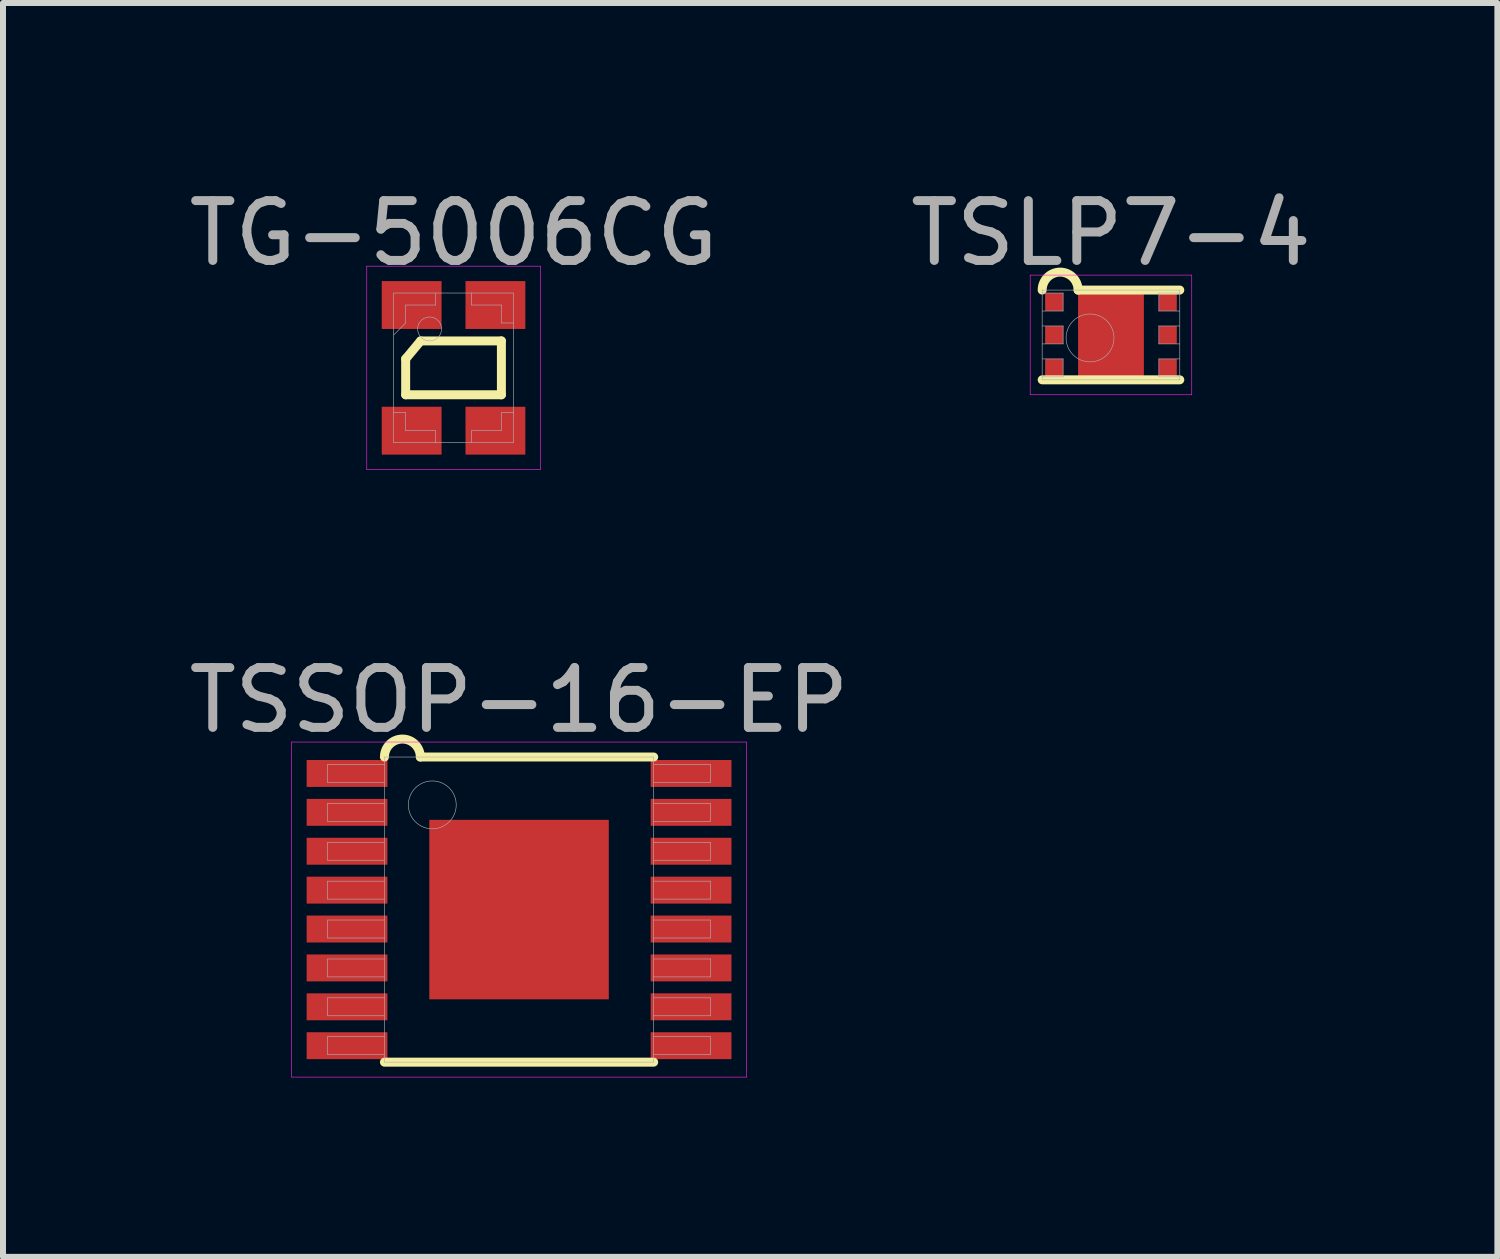
<source format=kicad_pcb>
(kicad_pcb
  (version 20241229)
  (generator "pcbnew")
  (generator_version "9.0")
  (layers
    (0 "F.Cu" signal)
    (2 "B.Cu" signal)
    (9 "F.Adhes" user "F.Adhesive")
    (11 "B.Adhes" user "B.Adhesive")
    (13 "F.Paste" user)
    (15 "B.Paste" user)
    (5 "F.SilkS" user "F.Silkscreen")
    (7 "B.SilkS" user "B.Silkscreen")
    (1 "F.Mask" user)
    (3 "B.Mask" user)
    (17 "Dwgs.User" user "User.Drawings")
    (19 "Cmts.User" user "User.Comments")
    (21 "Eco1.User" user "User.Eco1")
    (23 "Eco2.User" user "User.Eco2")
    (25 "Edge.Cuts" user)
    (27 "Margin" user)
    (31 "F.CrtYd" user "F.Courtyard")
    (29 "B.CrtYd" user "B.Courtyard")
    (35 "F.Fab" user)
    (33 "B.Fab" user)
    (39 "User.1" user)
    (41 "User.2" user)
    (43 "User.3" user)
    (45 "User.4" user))
  (footprint "TSSOP-16-EP"
    (layer "F.Cu")
    (at 5.625 12.152)
    (property "Reference" "TSSOP-16-EP" (at 0 -3.5 0) (layer "F.Fab") (effects (font (size 1 1) (thickness 0.15))))
    (attr smd)
    (fp_line (start -2.25 2.55) (end 2.25 2.55) (stroke (width 0.15) (type solid)) (layer "F.SilkS"))
    (fp_line (start -1.65 -2.55) (end 2.25 -2.55) (stroke (width 0.15) (type solid)) (layer "F.SilkS"))
    (fp_arc (start -2.25 -2.55) (mid -1.95 -2.85) (end -1.65 -2.55) (stroke (width 0.15) (type solid)) (layer "F.SilkS"))
    (fp_line (start -3.8 -2.8) (end 3.8 -2.8) (stroke (width 0.01) (type solid)) (layer "F.CrtYd"))
    (fp_line (start -3.8 2.8) (end -3.8 -2.8) (stroke (width 0.01) (type solid)) (layer "F.CrtYd"))
    (fp_line (start 3.8 -2.8) (end 3.8 2.8) (stroke (width 0.01) (type solid)) (layer "F.CrtYd"))
    (fp_line (start 3.8 2.8) (end -3.8 2.8) (stroke (width 0.01) (type solid)) (layer "F.CrtYd"))
    (fp_line (start -3.2 -2.425) (end -2.25 -2.425) (stroke (width 0.01) (type solid)) (layer "F.Fab"))
    (fp_line (start -3.2 -2.125) (end -3.2 -2.425) (stroke (width 0.01) (type solid)) (layer "F.Fab"))
    (fp_line (start -3.2 -1.775) (end -2.25 -1.775) (stroke (width 0.01) (type solid)) (layer "F.Fab"))
    (fp_line (start -3.2 -1.475) (end -3.2 -1.775) (stroke (width 0.01) (type solid)) (layer "F.Fab"))
    (fp_line (start -3.2 -1.125) (end -2.25 -1.125) (stroke (width 0.01) (type solid)) (layer "F.Fab"))
    (fp_line (start -3.2 -0.825) (end -3.2 -1.125) (stroke (width 0.01) (type solid)) (layer "F.Fab"))
    (fp_line (start -3.2 -0.475) (end -2.25 -0.475) (stroke (width 0.01) (type solid)) (layer "F.Fab"))
    (fp_line (start -3.2 -0.175) (end -3.2 -0.475) (stroke (width 0.01) (type solid)) (layer "F.Fab"))
    (fp_line (start -3.2 0.175) (end -2.25 0.175) (stroke (width 0.01) (type solid)) (layer "F.Fab"))
    (fp_line (start -3.2 0.475) (end -3.2 0.175) (stroke (width 0.01) (type solid)) (layer "F.Fab"))
    (fp_line (start -3.2 0.825) (end -2.25 0.825) (stroke (width 0.01) (type solid)) (layer "F.Fab"))
    (fp_line (start -3.2 1.125) (end -3.2 0.825) (stroke (width 0.01) (type solid)) (layer "F.Fab"))
    (fp_line (start -3.2 1.475) (end -2.25 1.475) (stroke (width 0.01) (type solid)) (layer "F.Fab"))
    (fp_line (start -3.2 1.775) (end -3.2 1.475) (stroke (width 0.01) (type solid)) (layer "F.Fab"))
    (fp_line (start -3.2 2.125) (end -2.25 2.125) (stroke (width 0.01) (type solid)) (layer "F.Fab"))
    (fp_line (start -3.2 2.425) (end -3.2 2.125) (stroke (width 0.01) (type solid)) (layer "F.Fab"))
    (fp_line (start -2.25 -2.55) (end 2.25 -2.55) (stroke (width 0.01) (type solid)) (layer "F.Fab"))
    (fp_line (start -2.25 -2.125) (end -3.2 -2.125) (stroke (width 0.01) (type solid)) (layer "F.Fab"))
    (fp_line (start -2.25 -1.475) (end -3.2 -1.475) (stroke (width 0.01) (type solid)) (layer "F.Fab"))
    (fp_line (start -2.25 -0.825) (end -3.2 -0.825) (stroke (width 0.01) (type solid)) (layer "F.Fab"))
    (fp_line (start -2.25 -0.175) (end -3.2 -0.175) (stroke (width 0.01) (type solid)) (layer "F.Fab"))
    (fp_line (start -2.25 0.475) (end -3.2 0.475) (stroke (width 0.01) (type solid)) (layer "F.Fab"))
    (fp_line (start -2.25 1.125) (end -3.2 1.125) (stroke (width 0.01) (type solid)) (layer "F.Fab"))
    (fp_line (start -2.25 1.775) (end -3.2 1.775) (stroke (width 0.01) (type solid)) (layer "F.Fab"))
    (fp_line (start -2.25 2.425) (end -3.2 2.425) (stroke (width 0.01) (type solid)) (layer "F.Fab"))
    (fp_line (start -2.25 2.55) (end -2.25 -2.55) (stroke (width 0.01) (type solid)) (layer "F.Fab"))
    (fp_line (start 2.25 -2.55) (end 2.25 2.55) (stroke (width 0.01) (type solid)) (layer "F.Fab"))
    (fp_line (start 2.25 -2.425) (end 3.2 -2.425) (stroke (width 0.01) (type solid)) (layer "F.Fab"))
    (fp_line (start 2.25 -1.775) (end 3.2 -1.775) (stroke (width 0.01) (type solid)) (layer "F.Fab"))
    (fp_line (start 2.25 -1.125) (end 3.2 -1.125) (stroke (width 0.01) (type solid)) (layer "F.Fab"))
    (fp_line (start 2.25 -0.475) (end 3.2 -0.475) (stroke (width 0.01) (type solid)) (layer "F.Fab"))
    (fp_line (start 2.25 0.175) (end 3.2 0.175) (stroke (width 0.01) (type solid)) (layer "F.Fab"))
    (fp_line (start 2.25 0.825) (end 3.2 0.825) (stroke (width 0.01) (type solid)) (layer "F.Fab"))
    (fp_line (start 2.25 1.475) (end 3.2 1.475) (stroke (width 0.01) (type solid)) (layer "F.Fab"))
    (fp_line (start 2.25 2.125) (end 3.2 2.125) (stroke (width 0.01) (type solid)) (layer "F.Fab"))
    (fp_line (start 2.25 2.55) (end -2.25 2.55) (stroke (width 0.01) (type solid)) (layer "F.Fab"))
    (fp_line (start 3.2 -2.425) (end 3.2 -2.125) (stroke (width 0.01) (type solid)) (layer "F.Fab"))
    (fp_line (start 3.2 -2.125) (end 2.25 -2.125) (stroke (width 0.01) (type solid)) (layer "F.Fab"))
    (fp_line (start 3.2 -1.775) (end 3.2 -1.475) (stroke (width 0.01) (type solid)) (layer "F.Fab"))
    (fp_line (start 3.2 -1.475) (end 2.25 -1.475) (stroke (width 0.01) (type solid)) (layer "F.Fab"))
    (fp_line (start 3.2 -1.125) (end 3.2 -0.825) (stroke (width 0.01) (type solid)) (layer "F.Fab"))
    (fp_line (start 3.2 -0.825) (end 2.25 -0.825) (stroke (width 0.01) (type solid)) (layer "F.Fab"))
    (fp_line (start 3.2 -0.475) (end 3.2 -0.175) (stroke (width 0.01) (type solid)) (layer "F.Fab"))
    (fp_line (start 3.2 -0.175) (end 2.25 -0.175) (stroke (width 0.01) (type solid)) (layer "F.Fab"))
    (fp_line (start 3.2 0.175) (end 3.2 0.475) (stroke (width 0.01) (type solid)) (layer "F.Fab"))
    (fp_line (start 3.2 0.475) (end 2.25 0.475) (stroke (width 0.01) (type solid)) (layer "F.Fab"))
    (fp_line (start 3.2 0.825) (end 3.2 1.125) (stroke (width 0.01) (type solid)) (layer "F.Fab"))
    (fp_line (start 3.2 1.125) (end 2.25 1.125) (stroke (width 0.01) (type solid)) (layer "F.Fab"))
    (fp_line (start 3.2 1.475) (end 3.2 1.775) (stroke (width 0.01) (type solid)) (layer "F.Fab"))
    (fp_line (start 3.2 1.775) (end 2.25 1.775) (stroke (width 0.01) (type solid)) (layer "F.Fab"))
    (fp_line (start 3.2 2.125) (end 3.2 2.425) (stroke (width 0.01) (type solid)) (layer "F.Fab"))
    (fp_line (start 3.2 2.425) (end 2.25 2.425) (stroke (width 0.01) (type solid)) (layer "F.Fab"))
    (fp_circle (center -1.45 -1.75) (end -1.45 -1.35) (stroke (width 0.01) (type solid)) (fill no) (layer "F.Fab"))
    (pad "1" smd rect (at -2.875 -2.275) (size 1.35 0.45) (layers "F.Cu" "F.Mask" "F.Paste"))
    (pad "2" smd rect (at -2.875 -1.625) (size 1.35 0.45) (layers "F.Cu" "F.Mask" "F.Paste"))
    (pad "3" smd rect (at -2.875 -0.975) (size 1.35 0.45) (layers "F.Cu" "F.Mask" "F.Paste"))
    (pad "4" smd rect (at -2.875 -0.325) (size 1.35 0.45) (layers "F.Cu" "F.Mask" "F.Paste"))
    (pad "5" smd rect (at -2.875 0.325) (size 1.35 0.45) (layers "F.Cu" "F.Mask" "F.Paste"))
    (pad "6" smd rect (at -2.875 0.975) (size 1.35 0.45) (layers "F.Cu" "F.Mask" "F.Paste"))
    (pad "7" smd rect (at -2.875 1.625) (size 1.35 0.45) (layers "F.Cu" "F.Mask" "F.Paste"))
    (pad "8" smd rect (at -2.875 2.275) (size 1.35 0.45) (layers "F.Cu" "F.Mask" "F.Paste"))
    (pad "9" smd rect (at 2.875 2.275) (size 1.35 0.45) (layers "F.Cu" "F.Mask" "F.Paste"))
    (pad "10" smd rect (at 2.875 1.625) (size 1.35 0.45) (layers "F.Cu" "F.Mask" "F.Paste"))
    (pad "11" smd rect (at 2.875 0.975) (size 1.35 0.45) (layers "F.Cu" "F.Mask" "F.Paste"))
    (pad "12" smd rect (at 2.875 0.325) (size 1.35 0.45) (layers "F.Cu" "F.Mask" "F.Paste"))
    (pad "13" smd rect (at 2.875 -0.325) (size 1.35 0.45) (layers "F.Cu" "F.Mask" "F.Paste"))
    (pad "14" smd rect (at 2.875 -0.975) (size 1.35 0.45) (layers "F.Cu" "F.Mask" "F.Paste"))
    (pad "15" smd rect (at 2.875 -1.625) (size 1.35 0.45) (layers "F.Cu" "F.Mask" "F.Paste"))
    (pad "16" smd rect (at 2.875 -2.275) (size 1.35 0.45) (layers "F.Cu" "F.Mask" "F.Paste"))
    (pad "EP" smd rect (at 0 0) (size 3 3) (layers "F.Cu" "F.Mask" "F.Paste")))
  (footprint "TG-5006CG"
    (layer "F.Cu")
    (at 4.53 3.098)
    (property "Reference" "TG-5006CG" (at 0 -2.25 0) (layer "F.Fab") (effects (font (size 1 1) (thickness 0.15))))
    (attr through_hole)
    (fp_line (start -0.8 -0.15) (end -0.8 0.45) (stroke (width 0.15) (type solid)) (layer "F.SilkS"))
    (fp_line (start -0.8 -0.15) (end -0.55 -0.45) (stroke (width 0.15) (type solid)) (layer "F.SilkS"))
    (fp_line (start -0.8 0.45) (end 0.8 0.45) (stroke (width 0.15) (type solid)) (layer "F.SilkS"))
    (fp_line (start 0.8 -0.45) (end -0.55 -0.45) (stroke (width 0.15) (type solid)) (layer "F.SilkS"))
    (fp_line (start 0.8 0.45) (end 0.8 -0.45) (stroke (width 0.15) (type solid)) (layer "F.SilkS"))
    (fp_line (start -1.45 -1.7) (end 1.45 -1.7) (stroke (width 0.01) (type solid)) (layer "F.CrtYd"))
    (fp_line (start -1.45 1.7) (end -1.45 -1.7) (stroke (width 0.01) (type solid)) (layer "F.CrtYd"))
    (fp_line (start 1.45 -1.7) (end 1.45 1.7) (stroke (width 0.01) (type solid)) (layer "F.CrtYd"))
    (fp_line (start 1.45 1.7) (end -1.45 1.7) (stroke (width 0.01) (type solid)) (layer "F.CrtYd"))
    (fp_line (start -1 -1.25) (end 1 -1.25) (stroke (width 0.01) (type solid)) (layer "F.Fab"))
    (fp_line (start -1 1.25) (end -1 -1.25) (stroke (width 0.01) (type solid)) (layer "F.Fab"))
    (fp_line (start -0.8 -1.05) (end -0.8 -0.75) (stroke (width 0.01) (type solid)) (layer "F.Fab"))
    (fp_line (start -0.8 -0.75) (end -1 -0.55) (stroke (width 0.01) (type solid)) (layer "F.Fab"))
    (fp_line (start -0.8 0.75) (end -1 0.75) (stroke (width 0.01) (type solid)) (layer "F.Fab"))
    (fp_line (start -0.8 0.75) (end -0.8 1.05) (stroke (width 0.01) (type solid)) (layer "F.Fab"))
    (fp_line (start -0.8 1.05) (end -0.3 1.05) (stroke (width 0.01) (type solid)) (layer "F.Fab"))
    (fp_line (start -0.3 -1.25) (end -0.3 -1.05) (stroke (width 0.01) (type solid)) (layer "F.Fab"))
    (fp_line (start -0.3 -1.05) (end -0.8 -1.05) (stroke (width 0.01) (type solid)) (layer "F.Fab"))
    (fp_line (start -0.3 1.25) (end -0.3 1.05) (stroke (width 0.01) (type solid)) (layer "F.Fab"))
    (fp_line (start 0.3 -1.25) (end 0.3 -1.05) (stroke (width 0.01) (type solid)) (layer "F.Fab"))
    (fp_line (start 0.3 -1.05) (end 0.8 -1.05) (stroke (width 0.01) (type solid)) (layer "F.Fab"))
    (fp_line (start 0.3 1.05) (end 0.8 1.05) (stroke (width 0.01) (type solid)) (layer "F.Fab"))
    (fp_line (start 0.3 1.25) (end 0.3 1.05) (stroke (width 0.01) (type solid)) (layer "F.Fab"))
    (fp_line (start 0.8 -1.05) (end 0.8 -0.75) (stroke (width 0.01) (type solid)) (layer "F.Fab"))
    (fp_line (start 0.8 -0.75) (end 1 -0.75) (stroke (width 0.01) (type solid)) (layer "F.Fab"))
    (fp_line (start 0.8 0.75) (end 1 0.75) (stroke (width 0.01) (type solid)) (layer "F.Fab"))
    (fp_line (start 0.8 1.05) (end 0.8 0.75) (stroke (width 0.01) (type solid)) (layer "F.Fab"))
    (fp_line (start 1 -1.25) (end 1 1.25) (stroke (width 0.01) (type solid)) (layer "F.Fab"))
    (fp_line (start 1 1.25) (end -1 1.25) (stroke (width 0.01) (type solid)) (layer "F.Fab"))
    (fp_circle (center -0.4 -0.65) (end -0.6 -0.65) (stroke (width 0.01) (type solid)) (fill no) (layer "F.Fab"))
    (pad "1" smd rect (at -0.7 -1.05) (size 1 0.8) (layers "F.Cu" "F.Mask" "F.Paste"))
    (pad "2" smd rect (at -0.7 1.05) (size 1 0.8) (layers "F.Cu" "F.Mask" "F.Paste"))
    (pad "3" smd rect (at 0.7 1.05) (size 1 0.8) (layers "F.Cu" "F.Mask" "F.Paste"))
    (pad "4" smd rect (at 0.7 -1.05) (size 1 0.8) (layers "F.Cu" "F.Mask" "F.Paste")))
  (footprint "TSLP7-4"
    (layer "F.Cu")
    (at 15.518 2.548)
    (property "Reference" "TSLP7-4" (at 0 -1.7 0) (layer "F.Fab") (effects (font (size 1 1) (thickness 0.15))))
    (attr smd)
    (fp_line (start -1.15 0.75) (end 1.15 0.75) (stroke (width 0.15) (type solid)) (layer "F.SilkS"))
    (fp_line (start -0.55 -0.75) (end 1.15 -0.75) (stroke (width 0.15) (type solid)) (layer "F.SilkS"))
    (fp_arc (start -1.15 -0.75) (mid -0.85 -1.05) (end -0.55 -0.75) (stroke (width 0.15) (type solid)) (layer "F.SilkS"))
    (fp_line (start -1.35 -1) (end 1.35 -1) (stroke (width 0.01) (type solid)) (layer "F.CrtYd"))
    (fp_line (start -1.35 1) (end -1.35 -1) (stroke (width 0.01) (type solid)) (layer "F.CrtYd"))
    (fp_line (start 1.35 -1) (end 1.35 1) (stroke (width 0.01) (type solid)) (layer "F.CrtYd"))
    (fp_line (start 1.35 1) (end -1.35 1) (stroke (width 0.01) (type solid)) (layer "F.CrtYd"))
    (fp_line (start -1.15 -0.75) (end 1.15 -0.75) (stroke (width 0.01) (type solid)) (layer "F.Fab"))
    (fp_line (start -1.15 -0.4) (end -0.8 -0.4) (stroke (width 0.01) (type solid)) (layer "F.Fab"))
    (fp_line (start -1.15 0.15) (end -0.8 0.15) (stroke (width 0.01) (type solid)) (layer "F.Fab"))
    (fp_line (start -1.15 0.7) (end -0.8 0.7) (stroke (width 0.01) (type solid)) (layer "F.Fab"))
    (fp_line (start -1.15 0.75) (end -1.15 -0.75) (stroke (width 0.01) (type solid)) (layer "F.Fab"))
    (fp_line (start -0.8 -0.7) (end -1.15 -0.7) (stroke (width 0.01) (type solid)) (layer "F.Fab"))
    (fp_line (start -0.8 -0.4) (end -0.8 -0.7) (stroke (width 0.01) (type solid)) (layer "F.Fab"))
    (fp_line (start -0.8 -0.15) (end -1.15 -0.15) (stroke (width 0.01) (type solid)) (layer "F.Fab"))
    (fp_line (start -0.8 0.15) (end -0.8 -0.15) (stroke (width 0.01) (type solid)) (layer "F.Fab"))
    (fp_line (start -0.8 0.4) (end -1.15 0.4) (stroke (width 0.01) (type solid)) (layer "F.Fab"))
    (fp_line (start -0.8 0.7) (end -0.8 0.4) (stroke (width 0.01) (type solid)) (layer "F.Fab"))
    (fp_line (start 0.8 -0.7) (end 0.8 -0.4) (stroke (width 0.01) (type solid)) (layer "F.Fab"))
    (fp_line (start 0.8 -0.4) (end 1.15 -0.4) (stroke (width 0.01) (type solid)) (layer "F.Fab"))
    (fp_line (start 0.8 -0.15) (end 0.8 0.15) (stroke (width 0.01) (type solid)) (layer "F.Fab"))
    (fp_line (start 0.8 0.15) (end 1.15 0.15) (stroke (width 0.01) (type solid)) (layer "F.Fab"))
    (fp_line (start 0.8 0.4) (end 0.8 0.7) (stroke (width 0.01) (type solid)) (layer "F.Fab"))
    (fp_line (start 0.8 0.7) (end 1.15 0.7) (stroke (width 0.01) (type solid)) (layer "F.Fab"))
    (fp_line (start 1.15 -0.75) (end 1.15 0.75) (stroke (width 0.01) (type solid)) (layer "F.Fab"))
    (fp_line (start 1.15 -0.7) (end 0.8 -0.7) (stroke (width 0.01) (type solid)) (layer "F.Fab"))
    (fp_line (start 1.15 -0.15) (end 0.8 -0.15) (stroke (width 0.01) (type solid)) (layer "F.Fab"))
    (fp_line (start 1.15 0.4) (end 0.8 0.4) (stroke (width 0.01) (type solid)) (layer "F.Fab"))
    (fp_line (start 1.15 0.75) (end -1.15 0.75) (stroke (width 0.01) (type solid)) (layer "F.Fab"))
    (fp_circle (center -0.35 0.05) (end -0.35 0.45) (stroke (width 0.01) (type solid)) (fill no) (layer "F.Fab"))
    (pad "" smd rect (at -0.425 -0.549) (size 0.25 0.299) (layers "F.Mask"))
    (pad "" smd rect (at -0.425 -0.549) (size 0.25 0.299) (layers "F.Paste"))
    (pad "" smd rect (at -0.425 0) (size 0.25 0.299) (layers "F.Mask"))
    (pad "" smd rect (at -0.425 0) (size 0.25 0.299) (layers "F.Paste"))
    (pad "" smd rect (at -0.425 0.549) (size 0.25 0.299) (layers "F.Mask"))
    (pad "" smd rect (at -0.425 0.549) (size 0.25 0.299) (layers "F.Paste"))
    (pad "" smd rect (at 0 -0.549) (size 0.25 0.299) (layers "F.Mask"))
    (pad "" smd rect (at 0 -0.549) (size 0.25 0.299) (layers "F.Paste"))
    (pad "" smd rect (at 0 0) (size 0.25 0.299) (layers "F.Mask"))
    (pad "" smd rect (at 0 0) (size 0.25 0.299) (layers "F.Paste"))
    (pad "" smd rect (at 0 0.549) (size 0.25 0.299) (layers "F.Mask"))
    (pad "" smd rect (at 0 0.549) (size 0.25 0.299) (layers "F.Paste"))
    (pad "" smd rect (at 0.425 -0.549) (size 0.25 0.299) (layers "F.Mask"))
    (pad "" smd rect (at 0.425 -0.549) (size 0.25 0.299) (layers "F.Paste"))
    (pad "" smd rect (at 0.425 0) (size 0.25 0.299) (layers "F.Mask"))
    (pad "" smd rect (at 0.425 0) (size 0.25 0.299) (layers "F.Paste"))
    (pad "" smd rect (at 0.425 0.549) (size 0.25 0.299) (layers "F.Mask"))
    (pad "" smd rect (at 0.425 0.549) (size 0.25 0.299) (layers "F.Paste"))
    (pad "1" smd rect (at -0.95 -0.55) (size 0.3 0.3) (layers "F.Cu" "F.Mask" "F.Paste"))
    (pad "2" smd rect (at -0.95 0) (size 0.3 0.3) (layers "F.Cu" "F.Mask" "F.Paste"))
    (pad "3" smd rect (at -0.95 0.55) (size 0.3 0.3) (layers "F.Cu" "F.Mask" "F.Paste"))
    (pad "4" smd rect (at 0.95 0.55) (size 0.3 0.3) (layers "F.Cu" "F.Mask" "F.Paste"))
    (pad "5" smd rect (at 0.95 0) (size 0.3 0.3) (layers "F.Cu" "F.Mask" "F.Paste"))
    (pad "6" smd rect (at 0.95 -0.55) (size 0.3 0.3) (layers "F.Cu" "F.Mask" "F.Paste"))
    (pad "EP" smd rect (at 0 0) (size 1.1 1.4) (layers "F.Cu")))
  (gr_rect
    (start -3 -3)
    (end 21.976 17.956)
    (stroke (width 0.1) (type default))
    (fill no)
    (layer "Edge.Cuts")))
</source>
